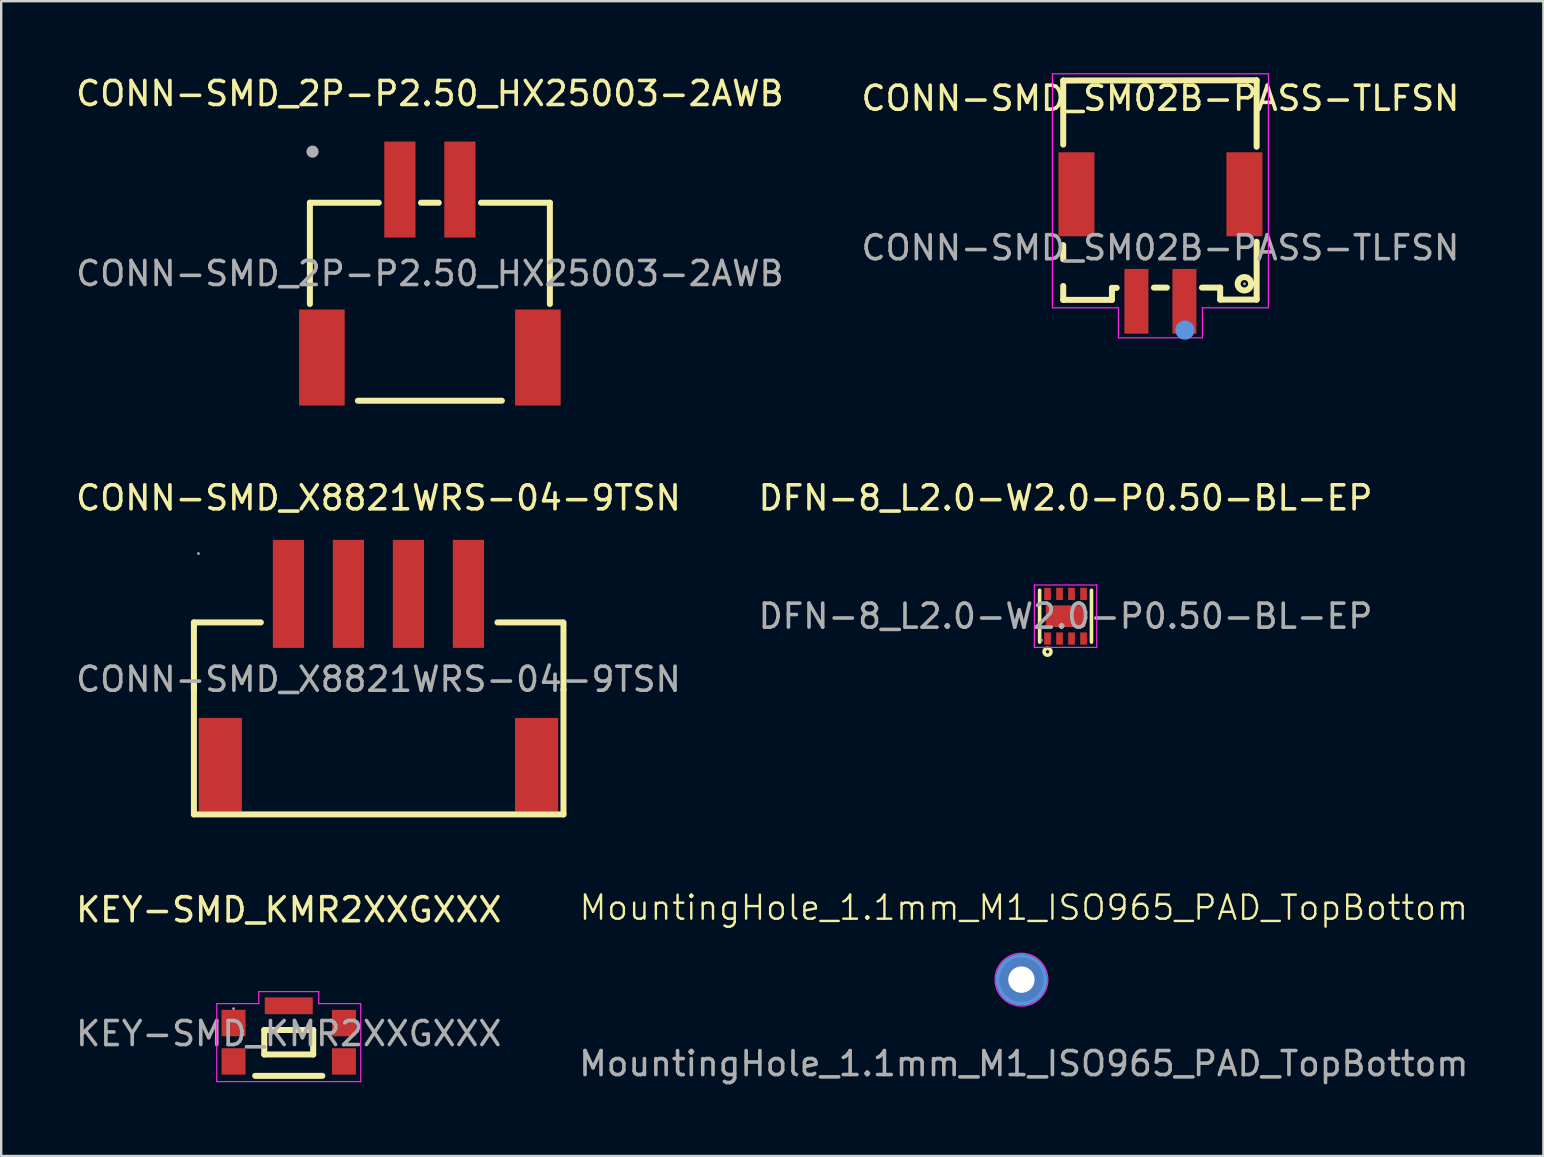
<source format=kicad_pcb>
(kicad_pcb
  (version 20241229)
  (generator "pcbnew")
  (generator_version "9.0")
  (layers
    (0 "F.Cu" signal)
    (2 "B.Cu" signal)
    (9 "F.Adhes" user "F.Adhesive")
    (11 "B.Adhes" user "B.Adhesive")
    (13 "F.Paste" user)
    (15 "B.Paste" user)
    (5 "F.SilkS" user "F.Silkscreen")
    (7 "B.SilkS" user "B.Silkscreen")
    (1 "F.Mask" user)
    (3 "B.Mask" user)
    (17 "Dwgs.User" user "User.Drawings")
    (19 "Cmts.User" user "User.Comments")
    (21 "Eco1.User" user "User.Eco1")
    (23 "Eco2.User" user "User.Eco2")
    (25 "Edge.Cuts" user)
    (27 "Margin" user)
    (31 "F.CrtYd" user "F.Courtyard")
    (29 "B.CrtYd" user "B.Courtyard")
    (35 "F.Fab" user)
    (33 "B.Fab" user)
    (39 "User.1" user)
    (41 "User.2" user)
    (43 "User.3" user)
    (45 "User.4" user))
  (footprint "KEY-SMD_KMR2XXGXXX"
    (layer "F.Cu")
    (at 8.982 40.02)
    (property "Reference" "KEY-SMD_KMR2XXGXXX" (at 0 -5.16 0) (layer "F.SilkS") (effects (font (size 1 1) (thickness 0.15))))
    (attr smd)
    (fp_line (start -1.02 -0.15) (end -1.02 0.87) (stroke (width 0.25) (type solid)) (layer "F.SilkS"))
    (fp_line (start -1.02 0.87) (end 1.02 0.87) (stroke (width 0.25) (type solid)) (layer "F.SilkS"))
    (fp_line (start 1.02 -0.15) (end -1.02 -0.15) (stroke (width 0.25) (type solid)) (layer "F.SilkS"))
    (fp_line (start 1.02 0.87) (end 1.02 -0.15) (stroke (width 0.25) (type solid)) (layer "F.SilkS"))
    (fp_line (start 1.4 1.76) (end -1.4 1.76) (stroke (width 0.25) (type solid)) (layer "F.SilkS"))
    (fp_line (start -3 -1.25) (end -1.25 -1.25) (stroke (width 0.05) (type default)) (layer "F.CrtYd"))
    (fp_line (start -3 2) (end -3 -1.25) (stroke (width 0.05) (type default)) (layer "F.CrtYd"))
    (fp_line (start -1.25 -1.75) (end 1.25 -1.75) (stroke (width 0.05) (type default)) (layer "F.CrtYd"))
    (fp_line (start -1.25 -1.25) (end -1.25 -1.75) (stroke (width 0.05) (type default)) (layer "F.CrtYd"))
    (fp_line (start 1.25 -1.75) (end 1.25 -1.25) (stroke (width 0.05) (type default)) (layer "F.CrtYd"))
    (fp_line (start 1.25 -1.25) (end 3 -1.25) (stroke (width 0.05) (type default)) (layer "F.CrtYd"))
    (fp_line (start 3 -1.25) (end 3 2) (stroke (width 0.05) (type default)) (layer "F.CrtYd"))
    (fp_line (start 3 2) (end -3 2) (stroke (width 0.05) (type default)) (layer "F.CrtYd"))
    (fp_circle (center -2.3 -1.04) (end -2.27 -1.04) (stroke (width 0.06) (type solid)) (fill no) (layer "F.Fab"))
    (fp_text user "${REFERENCE}" (at 0 0 0) (layer "F.Fab") (effects (font (size 1 1) (thickness 0.15))))
    (pad "1" smd rect (at -2.3 -0.44) (size 1 1.1) (layers "F.Cu" "F.Mask" "F.Paste"))
    (pad "2" smd rect (at 2.3 -0.44) (size 1 1.1) (layers "F.Cu" "F.Mask" "F.Paste"))
    (pad "3" smd rect (at -2.3 1.16) (size 1 1.1) (layers "F.Cu" "F.Mask" "F.Paste"))
    (pad "4" smd rect (at 2.3 1.16) (size 1 1.1) (layers "F.Cu" "F.Mask" "F.Paste"))
    (pad "5" smd rect (at 0 -1.16) (size 2 0.7) (layers "F.Cu" "F.Mask" "F.Paste")))
  (footprint "CONN-SMD_SM02B-PASS-TLFSN"
    (layer "F.Cu")
    (at 45.304 7.275)
    (property "Reference" "CONN-SMD_SM02B-PASS-TLFSN" (at 0 -6.23 0) (layer "F.SilkS") (effects (font (size 1 1) (thickness 0.15))))
    (attr smd)
    (fp_line (start -4.05 -6.97) (end -4.05 -4.3) (stroke (width 0.25) (type solid)) (layer "F.SilkS"))
    (fp_line (start -4.05 -6.97) (end 4.01 -6.98) (stroke (width 0.25) (type solid)) (layer "F.SilkS"))
    (fp_line (start -4.05 -0.11) (end -4.05 0.48) (stroke (width 0.25) (type solid)) (layer "F.SilkS"))
    (fp_line (start -4.05 1.59) (end -4.05 2.17) (stroke (width 0.25) (type solid)) (layer "F.SilkS"))
    (fp_line (start -4.05 2.17) (end -2.02 2.17) (stroke (width 0.25) (type solid)) (layer "F.SilkS"))
    (fp_line (start -2.02 1.67) (end -1.82 1.67) (stroke (width 0.25) (type solid)) (layer "F.SilkS"))
    (fp_line (start -2.02 2.17) (end -2.02 1.67) (stroke (width 0.25) (type solid)) (layer "F.SilkS"))
    (fp_line (start -0.27 1.66) (end 0.27 1.66) (stroke (width 0.25) (type solid)) (layer "F.SilkS"))
    (fp_line (start 1.73 1.66) (end 2.49 1.66) (stroke (width 0.25) (type solid)) (layer "F.SilkS"))
    (fp_line (start 2.49 2.16) (end 2.49 1.66) (stroke (width 0.25) (type solid)) (layer "F.SilkS"))
    (fp_line (start 4.01 -6.98) (end 4.01 -4.21) (stroke (width 0.25) (type solid)) (layer "F.SilkS"))
    (fp_line (start 4.01 -0.25) (end 4.01 2.16) (stroke (width 0.25) (type solid)) (layer "F.SilkS"))
    (fp_line (start 4.01 2.16) (end 2.49 2.16) (stroke (width 0.25) (type solid)) (layer "F.SilkS"))
    (fp_circle (center 3.5 1.5) (end 3.78 1.5) (stroke (width 0.25) (type solid)) (fill no) (layer "F.SilkS"))
    (fp_circle (center 1.02 3.43) (end 1.22 3.43) (stroke (width 0.4) (type solid)) (fill no) (layer "Cmts.User"))
    (fp_line (start -4.5 -7.25) (end 4.5 -7.25) (stroke (width 0.05) (type default)) (layer "F.CrtYd"))
    (fp_line (start -4.5 2.5) (end -4.5 -7.25) (stroke (width 0.05) (type default)) (layer "F.CrtYd"))
    (fp_line (start -1.75 2.5) (end -4.5 2.5) (stroke (width 0.05) (type default)) (layer "F.CrtYd"))
    (fp_line (start -1.75 3.75) (end -1.75 2.5) (stroke (width 0.05) (type default)) (layer "F.CrtYd"))
    (fp_line (start 1.75 2.5) (end 1.75 3.75) (stroke (width 0.05) (type default)) (layer "F.CrtYd"))
    (fp_line (start 1.75 3.75) (end -1.75 3.75) (stroke (width 0.05) (type default)) (layer "F.CrtYd"))
    (fp_line (start 4.5 -7.25) (end 4.5 2.5) (stroke (width 0.05) (type default)) (layer "F.CrtYd"))
    (fp_line (start 4.5 2.5) (end 1.75 2.5) (stroke (width 0.05) (type default)) (layer "F.CrtYd"))
    (fp_circle (center 3.5 1.5) (end 3.53 1.5) (stroke (width 0.06) (type solid)) (fill no) (layer "F.Fab"))
    (fp_text user "${REFERENCE}" (at 0 0 0) (layer "F.Fab") (effects (font (size 1 1) (thickness 0.15))))
    (pad "1" smd rect (at 1 2.23) (size 1 2.7) (layers "F.Cu" "F.Mask" "F.Paste"))
    (pad "2" smd rect (at -1 2.23) (size 1 2.7) (layers "F.Cu" "F.Mask" "F.Paste"))
    (pad "3" smd rect (at 3.5 -2.23) (size 1.5 3.5) (layers "F.Cu" "F.Mask" "F.Paste"))
    (pad "4" smd rect (at -3.5 -2.23) (size 1.5 3.5) (layers "F.Cu" "F.Mask" "F.Paste")))
  (footprint "CONN-SMD_X8821WRS-04-9TSN"
    (layer "F.Cu")
    (at 12.72 25.256)
    (property "Reference" "CONN-SMD_X8821WRS-04-9TSN" (at 0 -7.56 0) (layer "F.SilkS") (effects (font (size 1 1) (thickness 0.15))))
    (attr smd)
    (fp_line (start -7.69 -2.37) (end -7.69 0.43) (stroke (width 0.25) (type solid)) (layer "F.SilkS"))
    (fp_line (start -7.69 5.63) (end -7.69 0.28) (stroke (width 0.25) (type solid)) (layer "F.SilkS"))
    (fp_line (start -7.69 5.63) (end 7.71 5.63) (stroke (width 0.25) (type solid)) (layer "F.SilkS"))
    (fp_line (start -4.9 -2.37) (end -7.69 -2.37) (stroke (width 0.25) (type solid)) (layer "F.SilkS"))
    (fp_line (start 4.96 -2.37) (end 7.66 -2.37) (stroke (width 0.25) (type solid)) (layer "F.SilkS"))
    (fp_line (start 7.71 -2.37) (end 7.71 0.43) (stroke (width 0.25) (type solid)) (layer "F.SilkS"))
    (fp_line (start 7.71 5.63) (end 7.71 0.43) (stroke (width 0.25) (type solid)) (layer "F.SilkS"))
    (fp_circle (center -7.5 -5.24) (end -7.47 -5.24) (stroke (width 0.06) (type solid)) (fill no) (layer "F.Fab"))
    (fp_text user "${REFERENCE}" (at 0 0 0) (layer "F.Fab") (effects (font (size 1 1) (thickness 0.15))))
    (pad "1" smd rect (at -3.75 -3.56) (size 1.3 4.5) (layers "F.Cu" "F.Mask" "F.Paste"))
    (pad "2" smd rect (at -1.25 -3.56) (size 1.3 4.5) (layers "F.Cu" "F.Mask" "F.Paste"))
    (pad "3" smd rect (at 1.25 -3.56) (size 1.3 4.5) (layers "F.Cu" "F.Mask" "F.Paste"))
    (pad "4" smd rect (at 3.75 -3.56) (size 1.3 4.5) (layers "F.Cu" "F.Mask" "F.Paste"))
    (pad "5" smd rect (at 6.59 3.56) (size 1.8 3.9) (layers "F.Cu" "F.Mask" "F.Paste"))
    (pad "6" smd rect (at -6.59 3.56) (size 1.8 3.9) (layers "F.Cu" "F.Mask" "F.Paste")))
  (footprint "MountingHole_1.1mm_M1_ISO965_PAD_TopBottom"
    (layer "F.Cu")
    (at 39.613 37.772)
    (property "Reference" "MountingHole_1.1mm_M1_ISO965_PAD_TopBottom" (at 0 -3 0) (unlocked yes) (layer "F.SilkS") (effects (font (size 1 1) (thickness 0.1))))
    (attr through_hole)
    (fp_circle (center -0.1 0) (end 0.9 0) (stroke (width 0.15) (type solid)) (fill no) (layer "Cmts.User"))
    (fp_circle (center -0.1 0) (end 1 0) (stroke (width 0.05) (type solid)) (fill no) (layer "F.CrtYd"))
    (fp_text user "${REFERENCE}" (at 0 3.5 0) (unlocked yes) (layer "F.Fab") (effects (font (size 1 1) (thickness 0.15))))
    (pad "1" thru_hole circle (at -0.1 0) (size 1.5 1.5) (drill 1.1) (layers "*.Cu" "*.Mask"))
    (pad "1" connect circle (at -0.1 0) (size 2 2) (layers "F.Cu" "F.Mask"))
    (pad "1" connect circle (at -0.1 0) (size 2 2) (layers "B.Cu" "B.Mask")))
  (footprint "DFN-8_L2.0-W2.0-P0.50-BL-EP"
    (layer "F.Cu")
    (at 41.351 22.627)
    (property "Reference" "DFN-8_L2.0-W2.0-P0.50-BL-EP" (at 0 -4.93 0) (layer "F.SilkS") (effects (font (size 1 1) (thickness 0.15))))
    (attr smd)
    (fp_line (start -1.08 1.08) (end -1.08 -1.08) (stroke (width 0.15) (type solid)) (layer "F.SilkS"))
    (fp_line (start 1.08 1.08) (end 1.08 -1.08) (stroke (width 0.15) (type solid)) (layer "F.SilkS"))
    (fp_circle (center -0.75 1.48) (end -0.68 1.48) (stroke (width 0.15) (type solid)) (fill no) (layer "F.SilkS"))
    (fp_line (start -1.3 -1.3) (end 1.3 -1.3) (stroke (width 0.05) (type default)) (layer "F.CrtYd"))
    (fp_line (start -1.3 1.3) (end -1.3 -1.3) (stroke (width 0.05) (type default)) (layer "F.CrtYd"))
    (fp_line (start 1.3 -1.3) (end 1.3 1.3) (stroke (width 0.05) (type default)) (layer "F.CrtYd"))
    (fp_line (start 1.3 1.3) (end -1.3 1.3) (stroke (width 0.05) (type default)) (layer "F.CrtYd"))
    (fp_circle (center -1 1) (end -0.97 1) (stroke (width 0.06) (type solid)) (fill no) (layer "F.Fab"))
    (fp_text user "${REFERENCE}" (at 0 0 0) (layer "F.Fab") (effects (font (size 1 1) (thickness 0.15))))
    (pad "1" smd rect (at -0.75 0.93) (size 0.28 0.51) (layers "F.Cu" "F.Mask" "F.Paste"))
    (pad "2" smd rect (at -0.25 0.93) (size 0.28 0.51) (layers "F.Cu" "F.Mask" "F.Paste"))
    (pad "3" smd rect (at 0.25 0.93) (size 0.28 0.51) (layers "F.Cu" "F.Mask" "F.Paste"))
    (pad "4" smd rect (at 0.75 0.93) (size 0.28 0.51) (layers "F.Cu" "F.Mask" "F.Paste"))
    (pad "5" smd rect (at 0.75 -0.93) (size 0.28 0.51) (layers "F.Cu" "F.Mask" "F.Paste"))
    (pad "6" smd rect (at 0.25 -0.93) (size 0.28 0.51) (layers "F.Cu" "F.Mask" "F.Paste"))
    (pad "7" smd rect (at -0.25 -0.93) (size 0.28 0.51) (layers "F.Cu" "F.Mask" "F.Paste"))
    (pad "8" smd rect (at -0.75 -0.93) (size 0.28 0.51) (layers "F.Cu" "F.Mask" "F.Paste"))
    (pad "9" smd rect (at 0 0) (size 1.65 0.9) (layers "F.Cu" "F.Mask" "F.Paste")))
  (footprint "CONN-SMD_2P-P2.50_HX25003-2AWB"
    (layer "F.Cu")
    (at 14.863 8.348)
    (property "Reference" "CONN-SMD_2P-P2.50_HX25003-2AWB" (at 0 -7.5 0) (layer "F.SilkS") (effects (font (size 1 1) (thickness 0.15))))
    (attr smd)
    (fp_line (start -5 -2.95) (end -5 1.27) (stroke (width 0.25) (type solid)) (layer "F.SilkS"))
    (fp_line (start -3 5.3) (end 3 5.3) (stroke (width 0.25) (type solid)) (layer "F.SilkS"))
    (fp_line (start -2.13 -2.95) (end -5 -2.95) (stroke (width 0.25) (type solid)) (layer "F.SilkS"))
    (fp_line (start 0.37 -2.95) (end -0.37 -2.95) (stroke (width 0.25) (type solid)) (layer "F.SilkS"))
    (fp_line (start 5 -2.95) (end 2.13 -2.95) (stroke (width 0.25) (type solid)) (layer "F.SilkS"))
    (fp_line (start 5 -2.95) (end 5 1.27) (stroke (width 0.25) (type solid)) (layer "F.SilkS"))
    (fp_circle (center -4.89 -5.08) (end -4.76 -5.08) (stroke (width 0.25) (type solid)) (fill no) (layer "F.Fab"))
    (fp_text user "${REFERENCE}" (at 0 0 0) (layer "F.Fab") (effects (font (size 1 1) (thickness 0.15))))
    (pad "1" smd rect (at -1.25 -3.5) (size 1.3 4) (layers "F.Cu" "F.Mask" "F.Paste"))
    (pad "2" smd rect (at 1.25 -3.5) (size 1.3 4) (layers "F.Cu" "F.Mask" "F.Paste"))
    (pad "3" smd rect (at 4.5 3.5) (size 1.9 4) (layers "F.Cu" "F.Mask" "F.Paste"))
    (pad "4" smd rect (at -4.5 3.5) (size 1.9 4) (layers "F.Cu" "F.Mask" "F.Paste")))
  (gr_rect
    (start -3 -3)
    (end 61.262 45.12)
    (stroke (width 0.1) (type default))
    (fill no)
    (layer "Edge.Cuts")))
</source>
